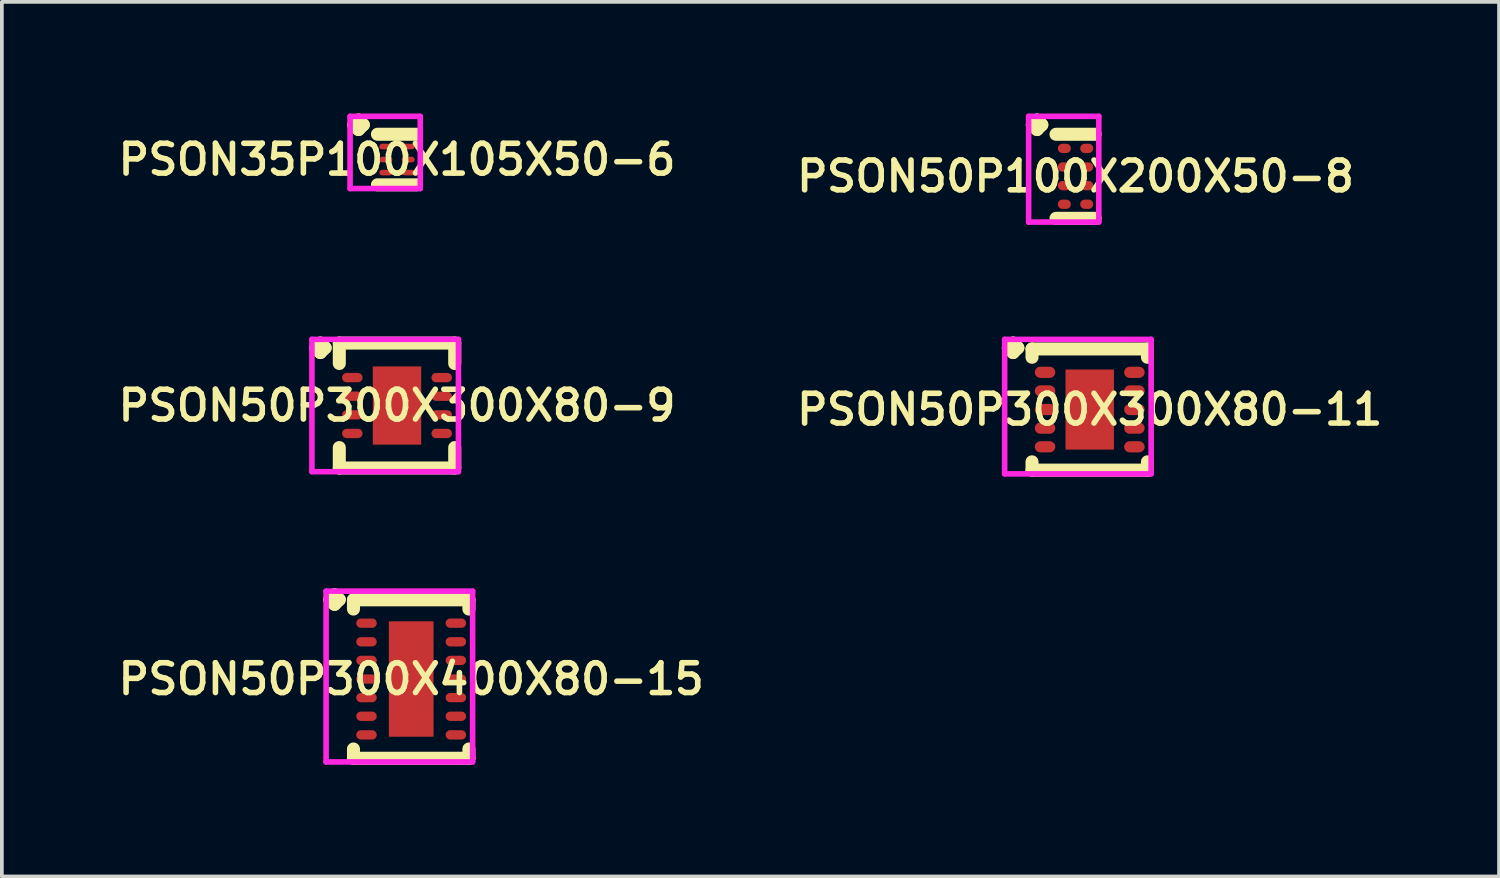
<source format=kicad_pcb>
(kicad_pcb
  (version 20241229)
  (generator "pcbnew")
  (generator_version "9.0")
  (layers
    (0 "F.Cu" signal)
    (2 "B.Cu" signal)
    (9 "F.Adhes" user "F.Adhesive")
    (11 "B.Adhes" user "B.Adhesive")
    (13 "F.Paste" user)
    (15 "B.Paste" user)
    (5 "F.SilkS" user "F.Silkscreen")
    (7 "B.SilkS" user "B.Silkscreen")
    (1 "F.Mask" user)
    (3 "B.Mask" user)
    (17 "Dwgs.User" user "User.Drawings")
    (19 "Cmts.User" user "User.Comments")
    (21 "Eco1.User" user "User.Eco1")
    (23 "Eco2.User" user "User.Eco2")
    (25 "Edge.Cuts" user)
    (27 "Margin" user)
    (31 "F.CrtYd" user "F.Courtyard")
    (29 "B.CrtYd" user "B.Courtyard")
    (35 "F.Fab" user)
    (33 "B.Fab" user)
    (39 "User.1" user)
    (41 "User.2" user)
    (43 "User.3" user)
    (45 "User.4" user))
  (footprint "PSON50P300X400X80-15"
    (layer "F.Cu")
    (at 7.993 15.186)
    (property "Reference" "PSON50P300X400X80-15" (at 0 0 0) (layer "F.SilkS") (effects (font (size 0.8 0.8) (thickness 0.15))))
    (attr through_hole)
    (fp_line (start -2.185 -2.133) (end -2.058 -2.26) (stroke (width 0.35) (type solid)) (layer "F.SilkS"))
    (fp_line (start -2.058 -2.26) (end -1.931 -2.133) (stroke (width 0.35) (type solid)) (layer "F.SilkS"))
    (fp_line (start -2.058 -2.006) (end -2.185 -2.133) (stroke (width 0.35) (type solid)) (layer "F.SilkS"))
    (fp_line (start -1.931 -2.133) (end -2.058 -2.006) (stroke (width 0.35) (type solid)) (layer "F.SilkS"))
    (fp_line (start -1.55 -2.127) (end 1.55 -2.127) (stroke (width 0.35) (type solid)) (layer "F.SilkS"))
    (fp_line (start -1.55 -1.879) (end -1.55 -2.127) (stroke (width 0.35) (type solid)) (layer "F.SilkS"))
    (fp_line (start -1.55 1.879) (end -1.55 2.127) (stroke (width 0.35) (type solid)) (layer "F.SilkS"))
    (fp_line (start -1.55 2.127) (end 1.55 2.127) (stroke (width 0.35) (type solid)) (layer "F.SilkS"))
    (fp_line (start 1.55 -2.127) (end 1.55 -1.879) (stroke (width 0.35) (type solid)) (layer "F.SilkS"))
    (fp_line (start 1.55 2.127) (end 1.55 1.879) (stroke (width 0.35) (type solid)) (layer "F.SilkS"))
    (fp_line (start -2.285 -2.36) (end 1.65 -2.36) (stroke (width 0.15) (type solid)) (layer "F.CrtYd"))
    (fp_line (start -2.285 2.227) (end -2.285 -2.36) (stroke (width 0.15) (type solid)) (layer "F.CrtYd"))
    (fp_line (start 1.65 -2.36) (end 1.65 2.227) (stroke (width 0.15) (type solid)) (layer "F.CrtYd"))
    (fp_line (start 1.65 2.227) (end -2.285 2.227) (stroke (width 0.15) (type solid)) (layer "F.CrtYd"))
    (pad "1" smd oval (at -1.2 -1.5) (size 0.55 0.25) (layers "F.Cu" "F.Mask" "F.Paste"))
    (pad "2" smd oval (at -1.2 -1) (size 0.55 0.25) (layers "F.Cu" "F.Mask" "F.Paste"))
    (pad "3" smd oval (at -1.2 -0.5) (size 0.55 0.25) (layers "F.Cu" "F.Mask" "F.Paste"))
    (pad "4" smd oval (at -1.2 0) (size 0.55 0.25) (layers "F.Cu" "F.Mask" "F.Paste"))
    (pad "5" smd oval (at -1.2 0.5) (size 0.55 0.25) (layers "F.Cu" "F.Mask" "F.Paste"))
    (pad "6" smd oval (at -1.2 1) (size 0.55 0.25) (layers "F.Cu" "F.Mask" "F.Paste"))
    (pad "7" smd oval (at -1.2 1.5) (size 0.55 0.25) (layers "F.Cu" "F.Mask" "F.Paste"))
    (pad "8" smd oval (at 1.2 1.5) (size 0.55 0.25) (layers "F.Cu" "F.Mask" "F.Paste"))
    (pad "9" smd oval (at 1.2 1) (size 0.55 0.25) (layers "F.Cu" "F.Mask" "F.Paste"))
    (pad "10" smd oval (at 1.2 0.5) (size 0.55 0.25) (layers "F.Cu" "F.Mask" "F.Paste"))
    (pad "11" smd oval (at 1.2 0) (size 0.55 0.25) (layers "F.Cu" "F.Mask" "F.Paste"))
    (pad "12" smd oval (at 1.2 -0.5) (size 0.55 0.25) (layers "F.Cu" "F.Mask" "F.Paste"))
    (pad "13" smd oval (at 1.2 -1) (size 0.55 0.25) (layers "F.Cu" "F.Mask" "F.Paste"))
    (pad "14" smd oval (at 1.2 -1.5) (size 0.55 0.25) (layers "F.Cu" "F.Mask" "F.Paste"))
    (pad "15" smd rect (at 0 0) (size 1.2 3.1) (layers "F.Cu" "F.Mask" "F.Paste")))
  (footprint "PSON50P100X200X50-8"
    (layer "F.Cu")
    (at 25.835 1.685)
    (property "Reference" "PSON50P100X200X50-8" (at 0 0 0) (layer "F.SilkS") (effects (font (size 0.8 0.8) (thickness 0.15))))
    (attr through_hole)
    (fp_line (start -1.16 -1.383) (end -1.033 -1.51) (stroke (width 0.35) (type solid)) (layer "F.SilkS"))
    (fp_line (start -1.033 -1.51) (end -0.906 -1.383) (stroke (width 0.35) (type solid)) (layer "F.SilkS"))
    (fp_line (start -1.033 -1.256) (end -1.16 -1.383) (stroke (width 0.35) (type solid)) (layer "F.SilkS"))
    (fp_line (start -0.906 -1.383) (end -1.033 -1.256) (stroke (width 0.35) (type solid)) (layer "F.SilkS"))
    (fp_line (start -0.525 -1.129) (end 0.525 -1.129) (stroke (width 0.35) (type solid)) (layer "F.SilkS"))
    (fp_line (start -0.525 1.129) (end 0.525 1.129) (stroke (width 0.35) (type solid)) (layer "F.SilkS"))
    (fp_line (start -1.26 -1.61) (end 0.625 -1.61) (stroke (width 0.15) (type solid)) (layer "F.CrtYd"))
    (fp_line (start -1.26 1.229) (end -1.26 -1.61) (stroke (width 0.15) (type solid)) (layer "F.CrtYd"))
    (fp_line (start 0.625 -1.61) (end 0.625 1.229) (stroke (width 0.15) (type solid)) (layer "F.CrtYd"))
    (fp_line (start 0.625 1.229) (end -1.26 1.229) (stroke (width 0.15) (type solid)) (layer "F.CrtYd"))
    (pad "1" smd oval (at -0.3 -0.75) (size 0.35 0.25) (layers "F.Cu" "F.Mask" "F.Paste"))
    (pad "2" smd oval (at -0.3 -0.25) (size 0.35 0.25) (layers "F.Cu" "F.Mask" "F.Paste"))
    (pad "3" smd oval (at -0.3 0.25) (size 0.35 0.25) (layers "F.Cu" "F.Mask" "F.Paste"))
    (pad "4" smd oval (at -0.3 0.75) (size 0.35 0.25) (layers "F.Cu" "F.Mask" "F.Paste"))
    (pad "5" smd oval (at 0.3 0.75) (size 0.35 0.25) (layers "F.Cu" "F.Mask" "F.Paste"))
    (pad "6" smd oval (at 0.3 0.25) (size 0.35 0.25) (layers "F.Cu" "F.Mask" "F.Paste"))
    (pad "7" smd oval (at 0.3 -0.25) (size 0.35 0.25) (layers "F.Cu" "F.Mask" "F.Paste"))
    (pad "8" smd oval (at 0.3 -0.75) (size 0.35 0.25) (layers "F.Cu" "F.Mask" "F.Paste")))
  (footprint "PSON50P300X300X80-11"
    (layer "F.Cu")
    (at 26.216 7.949)
    (property "Reference" "PSON50P300X300X80-11" (at 0 0 0) (layer "F.SilkS") (effects (font (size 0.8 0.8) (thickness 0.15))))
    (attr smd)
    (fp_line (start -2.185 -1.658) (end -2.058 -1.785) (stroke (width 0.35) (type solid)) (layer "F.SilkS"))
    (fp_line (start -2.058 -1.785) (end -1.931 -1.658) (stroke (width 0.35) (type solid)) (layer "F.SilkS"))
    (fp_line (start -2.058 -1.531) (end -2.185 -1.658) (stroke (width 0.35) (type solid)) (layer "F.SilkS"))
    (fp_line (start -1.931 -1.658) (end -2.058 -1.531) (stroke (width 0.35) (type solid)) (layer "F.SilkS"))
    (fp_line (start -1.55 -1.627) (end 1.55 -1.627) (stroke (width 0.35) (type solid)) (layer "F.SilkS"))
    (fp_line (start -1.55 -1.404) (end -1.55 -1.627) (stroke (width 0.35) (type solid)) (layer "F.SilkS"))
    (fp_line (start -1.55 1.404) (end -1.55 1.627) (stroke (width 0.35) (type solid)) (layer "F.SilkS"))
    (fp_line (start -1.55 1.627) (end 1.55 1.627) (stroke (width 0.35) (type solid)) (layer "F.SilkS"))
    (fp_line (start 1.55 -1.627) (end 1.55 -1.404) (stroke (width 0.35) (type solid)) (layer "F.SilkS"))
    (fp_line (start 1.55 1.627) (end 1.55 1.404) (stroke (width 0.35) (type solid)) (layer "F.SilkS"))
    (fp_line (start -2.285 -1.885) (end 1.65 -1.885) (stroke (width 0.15) (type solid)) (layer "F.CrtYd"))
    (fp_line (start -2.285 1.727) (end -2.285 -1.885) (stroke (width 0.15) (type solid)) (layer "F.CrtYd"))
    (fp_line (start 1.65 -1.885) (end 1.65 1.727) (stroke (width 0.15) (type solid)) (layer "F.CrtYd"))
    (fp_line (start 1.65 1.727) (end -2.285 1.727) (stroke (width 0.15) (type solid)) (layer "F.CrtYd"))
    (pad "1" smd oval (at -1.2 -1) (size 0.55 0.3) (layers "F.Cu" "F.Mask" "F.Paste"))
    (pad "2" smd oval (at -1.2 -0.5) (size 0.55 0.3) (layers "F.Cu" "F.Mask" "F.Paste"))
    (pad "3" smd oval (at -1.2 0) (size 0.55 0.3) (layers "F.Cu" "F.Mask" "F.Paste"))
    (pad "4" smd oval (at -1.2 0.5) (size 0.55 0.3) (layers "F.Cu" "F.Mask" "F.Paste"))
    (pad "5" smd oval (at -1.2 1) (size 0.55 0.3) (layers "F.Cu" "F.Mask" "F.Paste"))
    (pad "6" smd oval (at 1.2 1) (size 0.55 0.3) (layers "F.Cu" "F.Mask" "F.Paste"))
    (pad "7" smd oval (at 1.2 0.5) (size 0.55 0.3) (layers "F.Cu" "F.Mask" "F.Paste"))
    (pad "8" smd oval (at 1.2 0) (size 0.55 0.3) (layers "F.Cu" "F.Mask" "F.Paste"))
    (pad "9" smd oval (at 1.2 -0.5) (size 0.55 0.3) (layers "F.Cu" "F.Mask" "F.Paste"))
    (pad "10" smd oval (at 1.2 -1) (size 0.55 0.3) (layers "F.Cu" "F.Mask" "F.Paste"))
    (pad "11" smd rect (at 0 0) (size 1.3 2.15) (layers "F.Cu" "F.Mask" "F.Paste")))
  (footprint "PSON35P100X105X50-6"
    (layer "F.Cu")
    (at 7.612 1.235)
    (property "Reference" "PSON35P100X105X50-6" (at 0 0 0) (layer "F.SilkS") (effects (font (size 0.8 0.8) (thickness 0.15))))
    (attr smd)
    (fp_line (start -1.16 -0.933) (end -1.033 -1.06) (stroke (width 0.35) (type solid)) (layer "F.SilkS"))
    (fp_line (start -1.033 -1.06) (end -0.906 -0.933) (stroke (width 0.35) (type solid)) (layer "F.SilkS"))
    (fp_line (start -1.033 -0.806) (end -1.16 -0.933) (stroke (width 0.35) (type solid)) (layer "F.SilkS"))
    (fp_line (start -0.906 -0.933) (end -1.033 -0.806) (stroke (width 0.35) (type solid)) (layer "F.SilkS"))
    (fp_line (start -0.525 -0.679) (end 0.525 -0.679) (stroke (width 0.35) (type solid)) (layer "F.SilkS"))
    (fp_line (start -0.525 0.679) (end 0.525 0.679) (stroke (width 0.35) (type solid)) (layer "F.SilkS"))
    (fp_line (start -1.26 -1.16) (end 0.625 -1.16) (stroke (width 0.15) (type solid)) (layer "F.CrtYd"))
    (fp_line (start -1.26 0.779) (end -1.26 -1.16) (stroke (width 0.15) (type solid)) (layer "F.CrtYd"))
    (fp_line (start 0.625 -1.16) (end 0.625 0.779) (stroke (width 0.15) (type solid)) (layer "F.CrtYd"))
    (fp_line (start 0.625 0.779) (end -1.26 0.779) (stroke (width 0.15) (type solid)) (layer "F.CrtYd"))
    (pad "1" smd oval (at -0.3 -0.35) (size 0.35 0.15) (layers "F.Cu" "F.Mask" "F.Paste"))
    (pad "2" smd oval (at -0.3 0) (size 0.35 0.15) (layers "F.Cu" "F.Mask" "F.Paste"))
    (pad "3" smd oval (at -0.3 0.35) (size 0.35 0.15) (layers "F.Cu" "F.Mask" "F.Paste"))
    (pad "4" smd oval (at 0.3 0.35) (size 0.35 0.15) (layers "F.Cu" "F.Mask" "F.Paste"))
    (pad "5" smd oval (at 0.3 0) (size 0.35 0.15) (layers "F.Cu" "F.Mask" "F.Paste"))
    (pad "6" smd oval (at 0.3 -0.35) (size 0.35 0.15) (layers "F.Cu" "F.Mask" "F.Paste")))
  (footprint "PSON50P300X300X80-9"
    (layer "F.Cu")
    (at 7.612 7.841)
    (property "Reference" "PSON50P300X300X80-9" (at 0 0 0) (layer "F.SilkS") (effects (font (size 0.8 0.8) (thickness 0.15))))
    (attr through_hole)
    (fp_line (start -2.185 -1.55) (end -2.058 -1.677) (stroke (width 0.35) (type solid)) (layer "F.SilkS"))
    (fp_line (start -2.058 -1.677) (end -1.931 -1.55) (stroke (width 0.35) (type solid)) (layer "F.SilkS"))
    (fp_line (start -2.058 -1.423) (end -2.185 -1.55) (stroke (width 0.35) (type solid)) (layer "F.SilkS"))
    (fp_line (start -1.931 -1.55) (end -2.058 -1.423) (stroke (width 0.35) (type solid)) (layer "F.SilkS"))
    (fp_line (start -1.55 -1.677) (end 1.55 -1.677) (stroke (width 0.35) (type solid)) (layer "F.SilkS"))
    (fp_line (start -1.55 -1.129) (end -1.55 -1.677) (stroke (width 0.35) (type solid)) (layer "F.SilkS"))
    (fp_line (start -1.55 1.129) (end -1.55 1.677) (stroke (width 0.35) (type solid)) (layer "F.SilkS"))
    (fp_line (start -1.55 1.677) (end 1.55 1.677) (stroke (width 0.35) (type solid)) (layer "F.SilkS"))
    (fp_line (start 1.55 -1.677) (end 1.55 -1.129) (stroke (width 0.35) (type solid)) (layer "F.SilkS"))
    (fp_line (start 1.55 1.677) (end 1.55 1.129) (stroke (width 0.35) (type solid)) (layer "F.SilkS"))
    (fp_line (start -2.285 -1.777) (end 1.65 -1.777) (stroke (width 0.15) (type solid)) (layer "F.CrtYd"))
    (fp_line (start -2.285 1.777) (end -2.285 -1.777) (stroke (width 0.15) (type solid)) (layer "F.CrtYd"))
    (fp_line (start 1.65 -1.777) (end 1.65 1.777) (stroke (width 0.15) (type solid)) (layer "F.CrtYd"))
    (fp_line (start 1.65 1.777) (end -2.285 1.777) (stroke (width 0.15) (type solid)) (layer "F.CrtYd"))
    (pad "1" smd oval (at -1.2 -0.75) (size 0.55 0.25) (layers "F.Cu" "F.Mask" "F.Paste"))
    (pad "2" smd oval (at -1.2 -0.25) (size 0.55 0.25) (layers "F.Cu" "F.Mask" "F.Paste"))
    (pad "3" smd oval (at -1.2 0.25) (size 0.55 0.25) (layers "F.Cu" "F.Mask" "F.Paste"))
    (pad "4" smd oval (at -1.2 0.75) (size 0.55 0.25) (layers "F.Cu" "F.Mask" "F.Paste"))
    (pad "5" smd oval (at 1.2 0.75) (size 0.55 0.25) (layers "F.Cu" "F.Mask" "F.Paste"))
    (pad "6" smd oval (at 1.2 0.25) (size 0.55 0.25) (layers "F.Cu" "F.Mask" "F.Paste"))
    (pad "7" smd oval (at 1.2 -0.25) (size 0.55 0.25) (layers "F.Cu" "F.Mask" "F.Paste"))
    (pad "8" smd oval (at 1.2 -0.75) (size 0.55 0.25) (layers "F.Cu" "F.Mask" "F.Paste"))
    (pad "9" smd rect (at 0 0) (size 1.3 2.1) (layers "F.Cu" "F.Mask" "F.Paste")))
  (gr_rect
    (start -3 -3)
    (end 37.209 20.488)
    (stroke (width 0.1) (type default))
    (fill no)
    (layer "Edge.Cuts")))
</source>
